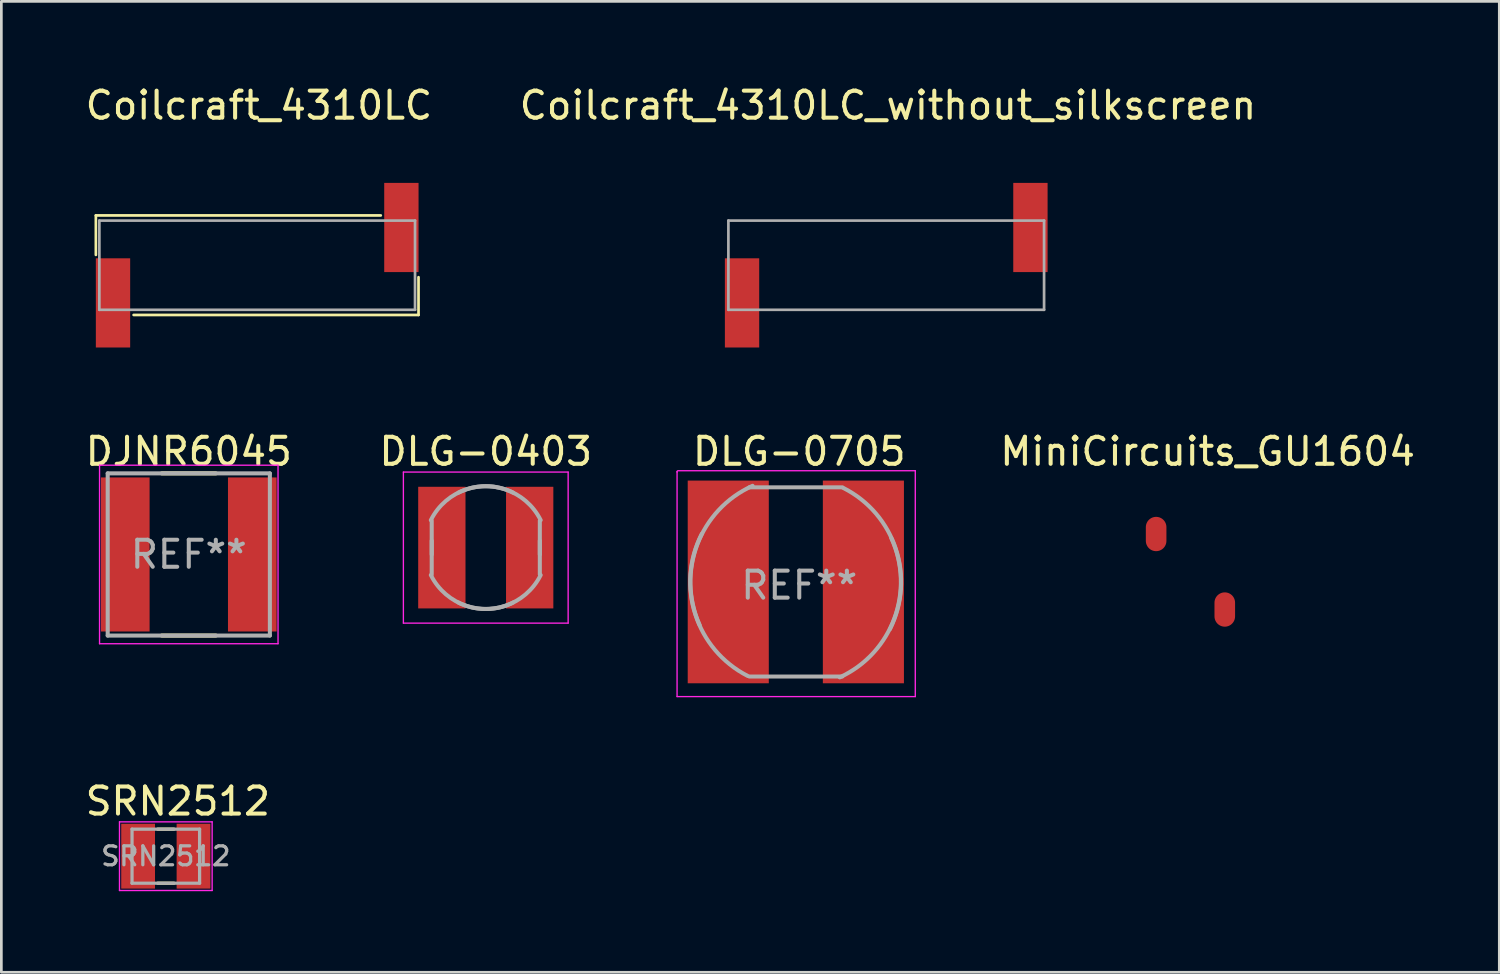
<source format=kicad_pcb>
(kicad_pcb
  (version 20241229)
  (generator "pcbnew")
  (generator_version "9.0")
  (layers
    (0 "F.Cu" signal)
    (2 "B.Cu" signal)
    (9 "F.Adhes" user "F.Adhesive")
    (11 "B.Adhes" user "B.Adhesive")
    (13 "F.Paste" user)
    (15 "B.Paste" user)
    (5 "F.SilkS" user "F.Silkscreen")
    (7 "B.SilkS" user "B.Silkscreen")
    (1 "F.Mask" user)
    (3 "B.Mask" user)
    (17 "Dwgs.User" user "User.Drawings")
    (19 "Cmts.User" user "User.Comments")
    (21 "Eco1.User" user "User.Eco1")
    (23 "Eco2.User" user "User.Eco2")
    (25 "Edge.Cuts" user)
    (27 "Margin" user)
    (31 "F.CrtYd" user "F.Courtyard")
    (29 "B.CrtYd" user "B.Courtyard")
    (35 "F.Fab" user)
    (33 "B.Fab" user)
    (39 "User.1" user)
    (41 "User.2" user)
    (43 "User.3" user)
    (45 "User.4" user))
  (footprint "SRN2512"
    (layer "F.Cu")
    (at 3.085 28.628)
    (property "Reference" "SRN2512" (at 0.445 -2.032 0) (layer "F.SilkS") (effects (font (size 1 1) (thickness 0.15))))
    (attr through_hole)
    (fp_line (start -0.3 -1) (end 0.3 -1) (stroke (width 0.12) (type solid)) (layer "F.SilkS"))
    (fp_line (start 0.3 1) (end -0.3 1) (stroke (width 0.12) (type solid)) (layer "F.SilkS"))
    (fp_line (start -1.714 -1.27) (end 1.714 -1.27) (stroke (width 0.05) (type solid)) (layer "F.CrtYd"))
    (fp_line (start -1.714 1.27) (end -1.714 -1.27) (stroke (width 0.05) (type solid)) (layer "F.CrtYd"))
    (fp_line (start 1.714 -1.27) (end 1.714 1.27) (stroke (width 0.05) (type solid)) (layer "F.CrtYd"))
    (fp_line (start 1.714 1.27) (end -1.714 1.27) (stroke (width 0.05) (type solid)) (layer "F.CrtYd"))
    (fp_line (start -1.25 1) (end -1.25 -1) (stroke (width 0.12) (type solid)) (layer "F.Fab"))
    (fp_line (start 1.25 -1) (end -1.25 -1) (stroke (width 0.12) (type solid)) (layer "F.Fab"))
    (fp_line (start 1.25 -1) (end 1.25 1) (stroke (width 0.12) (type solid)) (layer "F.Fab"))
    (fp_line (start 1.25 1) (end -1.25 1) (stroke (width 0.12) (type solid)) (layer "F.Fab"))
    (fp_text user "${REFERENCE}" (at 0 0 0) (layer "F.Fab") (effects (font (size 0.7 0.7) (thickness 0.12))))
    (pad "1" smd rect (at 1.025 0) (size 1.25 2.4) (layers "F.Cu" "F.Mask" "F.Paste"))
    (pad "2" smd rect (at -1.025 0) (size 1.25 2.4) (layers "F.Cu" "F.Mask" "F.Paste")))
  (footprint "DLG-0705"
    (layer "F.Cu")
    (at 26.395 18.481)
    (property "Reference" "DLG-0705" (at 0.127 -4.826 0) (layer "F.SilkS") (effects (font (size 1 1) (thickness 0.15))))
    (attr smd)
    (fp_line (start -4.394 -4.089) (end -4.394 -4.064) (stroke (width 0.05) (type solid)) (layer "F.CrtYd"))
    (fp_line (start -4.394 4.242) (end -4.394 -4.089) (stroke (width 0.05) (type solid)) (layer "F.CrtYd"))
    (fp_line (start -4.369 -4.115) (end 4.42 -4.115) (stroke (width 0.05) (type solid)) (layer "F.CrtYd"))
    (fp_line (start 4.42 -4.115) (end 4.42 4.242) (stroke (width 0.05) (type solid)) (layer "F.CrtYd"))
    (fp_line (start 4.42 4.242) (end -4.394 4.242) (stroke (width 0.05) (type solid)) (layer "F.CrtYd"))
    (fp_line (start -1.72 -3.5) (end 1.72 -3.5) (stroke (width 0.15) (type solid)) (layer "F.Fab"))
    (fp_line (start -1.72 3.5) (end 1.72 3.5) (stroke (width 0.15) (type solid)) (layer "F.Fab"))
    (fp_arc (start -3.556 1.6002) (mid -3.645984 -1.382959) (end -1.6002 -3.556) (stroke (width 0.15) (type solid)) (layer "F.Fab"))
    (fp_arc (start -1.778 3.4798) (mid -3.717826 1.203354) (end -3.4798 -1.778) (stroke (width 0.15) (type solid)) (layer "F.Fab"))
    (fp_arc (start 1.7526 -3.4798) (mid 3.699866 -1.221315) (end 3.4798 1.7526) (stroke (width 0.15) (type solid)) (layer "F.Fab"))
    (fp_arc (start 3.5306 -1.6256) (mid 3.645984 1.347038) (end 1.6256 3.5306) (stroke (width 0.15) (type solid)) (layer "F.Fab"))
    (fp_text user "REF**" (at 0.127 0.127 0) (layer "F.Fab") (effects (font (size 1 1) (thickness 0.15))))
    (pad "1" smd rect (at -2.5 0) (size 3 7.5) (layers "F.Cu" "F.Mask" "F.Paste"))
    (pad "2" smd rect (at 2.5 0) (size 3 7.5) (layers "F.Cu" "F.Mask" "F.Paste")))
  (footprint "DLG-0403"
    (layer "F.Cu")
    (at 14.923 17.211)
    (property "Reference" "DLG-0403" (at 0 -3.556 0) (layer "F.SilkS") (effects (font (size 1 1) (thickness 0.15))))
    (attr smd)
    (fp_line (start -3.048 -2.794) (end 3.048 -2.794) (stroke (width 0.05) (type solid)) (layer "F.CrtYd"))
    (fp_line (start -3.048 2.794) (end -3.048 -2.794) (stroke (width 0.05) (type solid)) (layer "F.CrtYd"))
    (fp_line (start 3.048 -2.794) (end 3.048 2.794) (stroke (width 0.05) (type solid)) (layer "F.CrtYd"))
    (fp_line (start 3.048 2.794) (end -3.048 2.794) (stroke (width 0.05) (type solid)) (layer "F.CrtYd"))
    (fp_line (start -2 -0.254) (end -2 0.996) (stroke (width 0.15) (type solid)) (layer "F.Fab"))
    (fp_line (start -2 0.254) (end -2 -0.996) (stroke (width 0.15) (type solid)) (layer "F.Fab"))
    (fp_line (start 2 -0.254) (end 2 0.996) (stroke (width 0.15) (type solid)) (layer "F.Fab"))
    (fp_line (start 2 0.254) (end 2 -0.996) (stroke (width 0.15) (type solid)) (layer "F.Fab"))
    (fp_arc (start -2.032 -1.016) (mid -0.71842 -2.155261) (end 1.016 -2.032) (stroke (width 0.15) (type solid)) (layer "F.Fab"))
    (fp_arc (start -1.016 -2.032) (mid 0.71842 -2.155261) (end 2.032 -1.016) (stroke (width 0.15) (type solid)) (layer "F.Fab"))
    (fp_arc (start 1.016 2.032) (mid -0.71842 2.155261) (end -2.032 1.016) (stroke (width 0.15) (type solid)) (layer "F.Fab"))
    (fp_arc (start 2.032 1.016) (mid 0.71842 2.155261) (end -1.016 2.032) (stroke (width 0.15) (type solid)) (layer "F.Fab"))
    (pad "1" smd rect (at -1.625 0) (size 1.75 4.5) (layers "F.Cu" "F.Mask" "F.Paste"))
    (pad "2" smd rect (at 1.625 0) (size 1.75 4.5) (layers "F.Cu" "F.Mask" "F.Paste")))
  (footprint "Coilcraft_4310LC_without_silkscreen"
    (layer "F.Cu")
    (at 29.74 6.762)
    (property "Reference" "Coilcraft_4310LC_without_silkscreen" (at 0.064 -5.913 180) (layer "F.SilkS") (effects (font (size 1 1) (thickness 0.15))))
    (attr smd)
    (fp_line (start -5.84 -1.65) (end 5.84 -1.65) (stroke (width 0.1) (type solid)) (layer "F.Fab"))
    (fp_line (start -5.84 1.65) (end -5.84 -1.65) (stroke (width 0.1) (type solid)) (layer "F.Fab"))
    (fp_line (start -5.84 1.65) (end 5.84 1.65) (stroke (width 0.1) (type solid)) (layer "F.Fab"))
    (fp_line (start 5.84 -1.65) (end 5.84 1.65) (stroke (width 0.1) (type solid)) (layer "F.Fab"))
    (pad "1" smd rect (at -5.335 1.395) (size 1.27 3.3) (layers "F.Cu" "F.Mask" "F.Paste"))
    (pad "2" smd rect (at 5.335 -1.395) (size 1.27 3.3) (layers "F.Cu" "F.Mask" "F.Paste")))
  (footprint "MiniCircuits_GU1604"
    (layer "F.Cu")
    (at 40.996 18.105)
    (property "Reference" "MiniCircuits_GU1604" (at 0.636 -4.45 0) (layer "F.SilkS") (effects (font (size 1 1) (thickness 0.15))))
    (attr smd)
    (pad "" smd oval (at -1.27 1.397) (size 0.762 1.27) (layers "F.Mask" "F.Paste"))
    (pad "" smd oval (at 1.27 -1.397) (size 0.762 1.27) (layers "F.Mask" "F.Paste"))
    (pad "1" smd oval (at -1.27 -1.397) (size 0.762 1.27) (layers "F.Cu" "F.Mask" "F.Paste"))
    (pad "3" smd oval (at 1.27 1.397) (size 0.762 1.27) (layers "F.Cu" "F.Mask" "F.Paste")))
  (footprint "Coilcraft_4310LC"
    (layer "F.Cu")
    (at 6.466 6.762)
    (property "Reference" "Coilcraft_4310LC" (at 0.064 -5.913 180) (layer "F.SilkS") (effects (font (size 1 1) (thickness 0.15))))
    (attr smd)
    (fp_line (start -5.969 -1.841) (end 4.572 -1.841) (stroke (width 0.1) (type solid)) (layer "F.SilkS"))
    (fp_line (start -5.969 -0.381) (end -5.969 -1.841) (stroke (width 0.1) (type solid)) (layer "F.SilkS"))
    (fp_line (start -4.572 1.841) (end 5.969 1.841) (stroke (width 0.1) (type solid)) (layer "F.SilkS"))
    (fp_line (start 5.969 0.445) (end 5.969 1.841) (stroke (width 0.1) (type solid)) (layer "F.SilkS"))
    (fp_line (start -5.84 -1.65) (end 5.84 -1.65) (stroke (width 0.1) (type solid)) (layer "F.Fab"))
    (fp_line (start -5.84 1.65) (end -5.84 -1.65) (stroke (width 0.1) (type solid)) (layer "F.Fab"))
    (fp_line (start -5.84 1.65) (end 5.84 1.65) (stroke (width 0.1) (type solid)) (layer "F.Fab"))
    (fp_line (start 5.84 -1.65) (end 5.84 1.65) (stroke (width 0.1) (type solid)) (layer "F.Fab"))
    (pad "1" smd rect (at -5.335 1.395) (size 1.27 3.3) (layers "F.Cu" "F.Mask" "F.Paste"))
    (pad "2" smd rect (at 5.335 -1.395) (size 1.27 3.3) (layers "F.Cu" "F.Mask" "F.Paste")))
  (footprint "DJNR6045"
    (layer "F.Cu")
    (at 3.935 17.465)
    (property "Reference" "DJNR6045" (at 0 -3.81 0) (layer "F.SilkS") (effects (font (size 1 1) (thickness 0.15))))
    (attr smd)
    (fp_line (start -1 -3) (end 1 -3) (stroke (width 0.15) (type solid)) (layer "F.SilkS"))
    (fp_line (start -1 3) (end 1 3) (stroke (width 0.15) (type solid)) (layer "F.SilkS"))
    (fp_line (start -3.302 -3.302) (end 3.302 -3.302) (stroke (width 0.05) (type solid)) (layer "F.CrtYd"))
    (fp_line (start -3.302 3.302) (end -3.302 -3.302) (stroke (width 0.05) (type solid)) (layer "F.CrtYd"))
    (fp_line (start 3.302 -3.302) (end 3.302 3.302) (stroke (width 0.05) (type solid)) (layer "F.CrtYd"))
    (fp_line (start 3.302 3.302) (end -3.302 3.302) (stroke (width 0.05) (type solid)) (layer "F.CrtYd"))
    (fp_line (start -3 -3) (end 3 -3) (stroke (width 0.15) (type solid)) (layer "F.Fab"))
    (fp_line (start -3 3) (end -3 -3) (stroke (width 0.15) (type solid)) (layer "F.Fab"))
    (fp_line (start -3 3) (end 3 3) (stroke (width 0.15) (type solid)) (layer "F.Fab"))
    (fp_line (start 3 3) (end 3 -3) (stroke (width 0.15) (type solid)) (layer "F.Fab"))
    (fp_text user "REF**" (at 0 0 0) (layer "F.Fab") (effects (font (size 1 1) (thickness 0.15))))
    (pad "1" smd rect (at -2.35 0) (size 1.8 5.7) (layers "F.Cu" "F.Mask" "F.Paste"))
    (pad "2" smd rect (at 2.35 0) (size 1.8 5.7) (layers "F.Cu" "F.Mask" "F.Paste")))
  (gr_rect
    (start -3 -3)
    (end 52.423 32.923)
    (stroke (width 0.1) (type default))
    (fill no)
    (layer "Edge.Cuts")))
</source>
